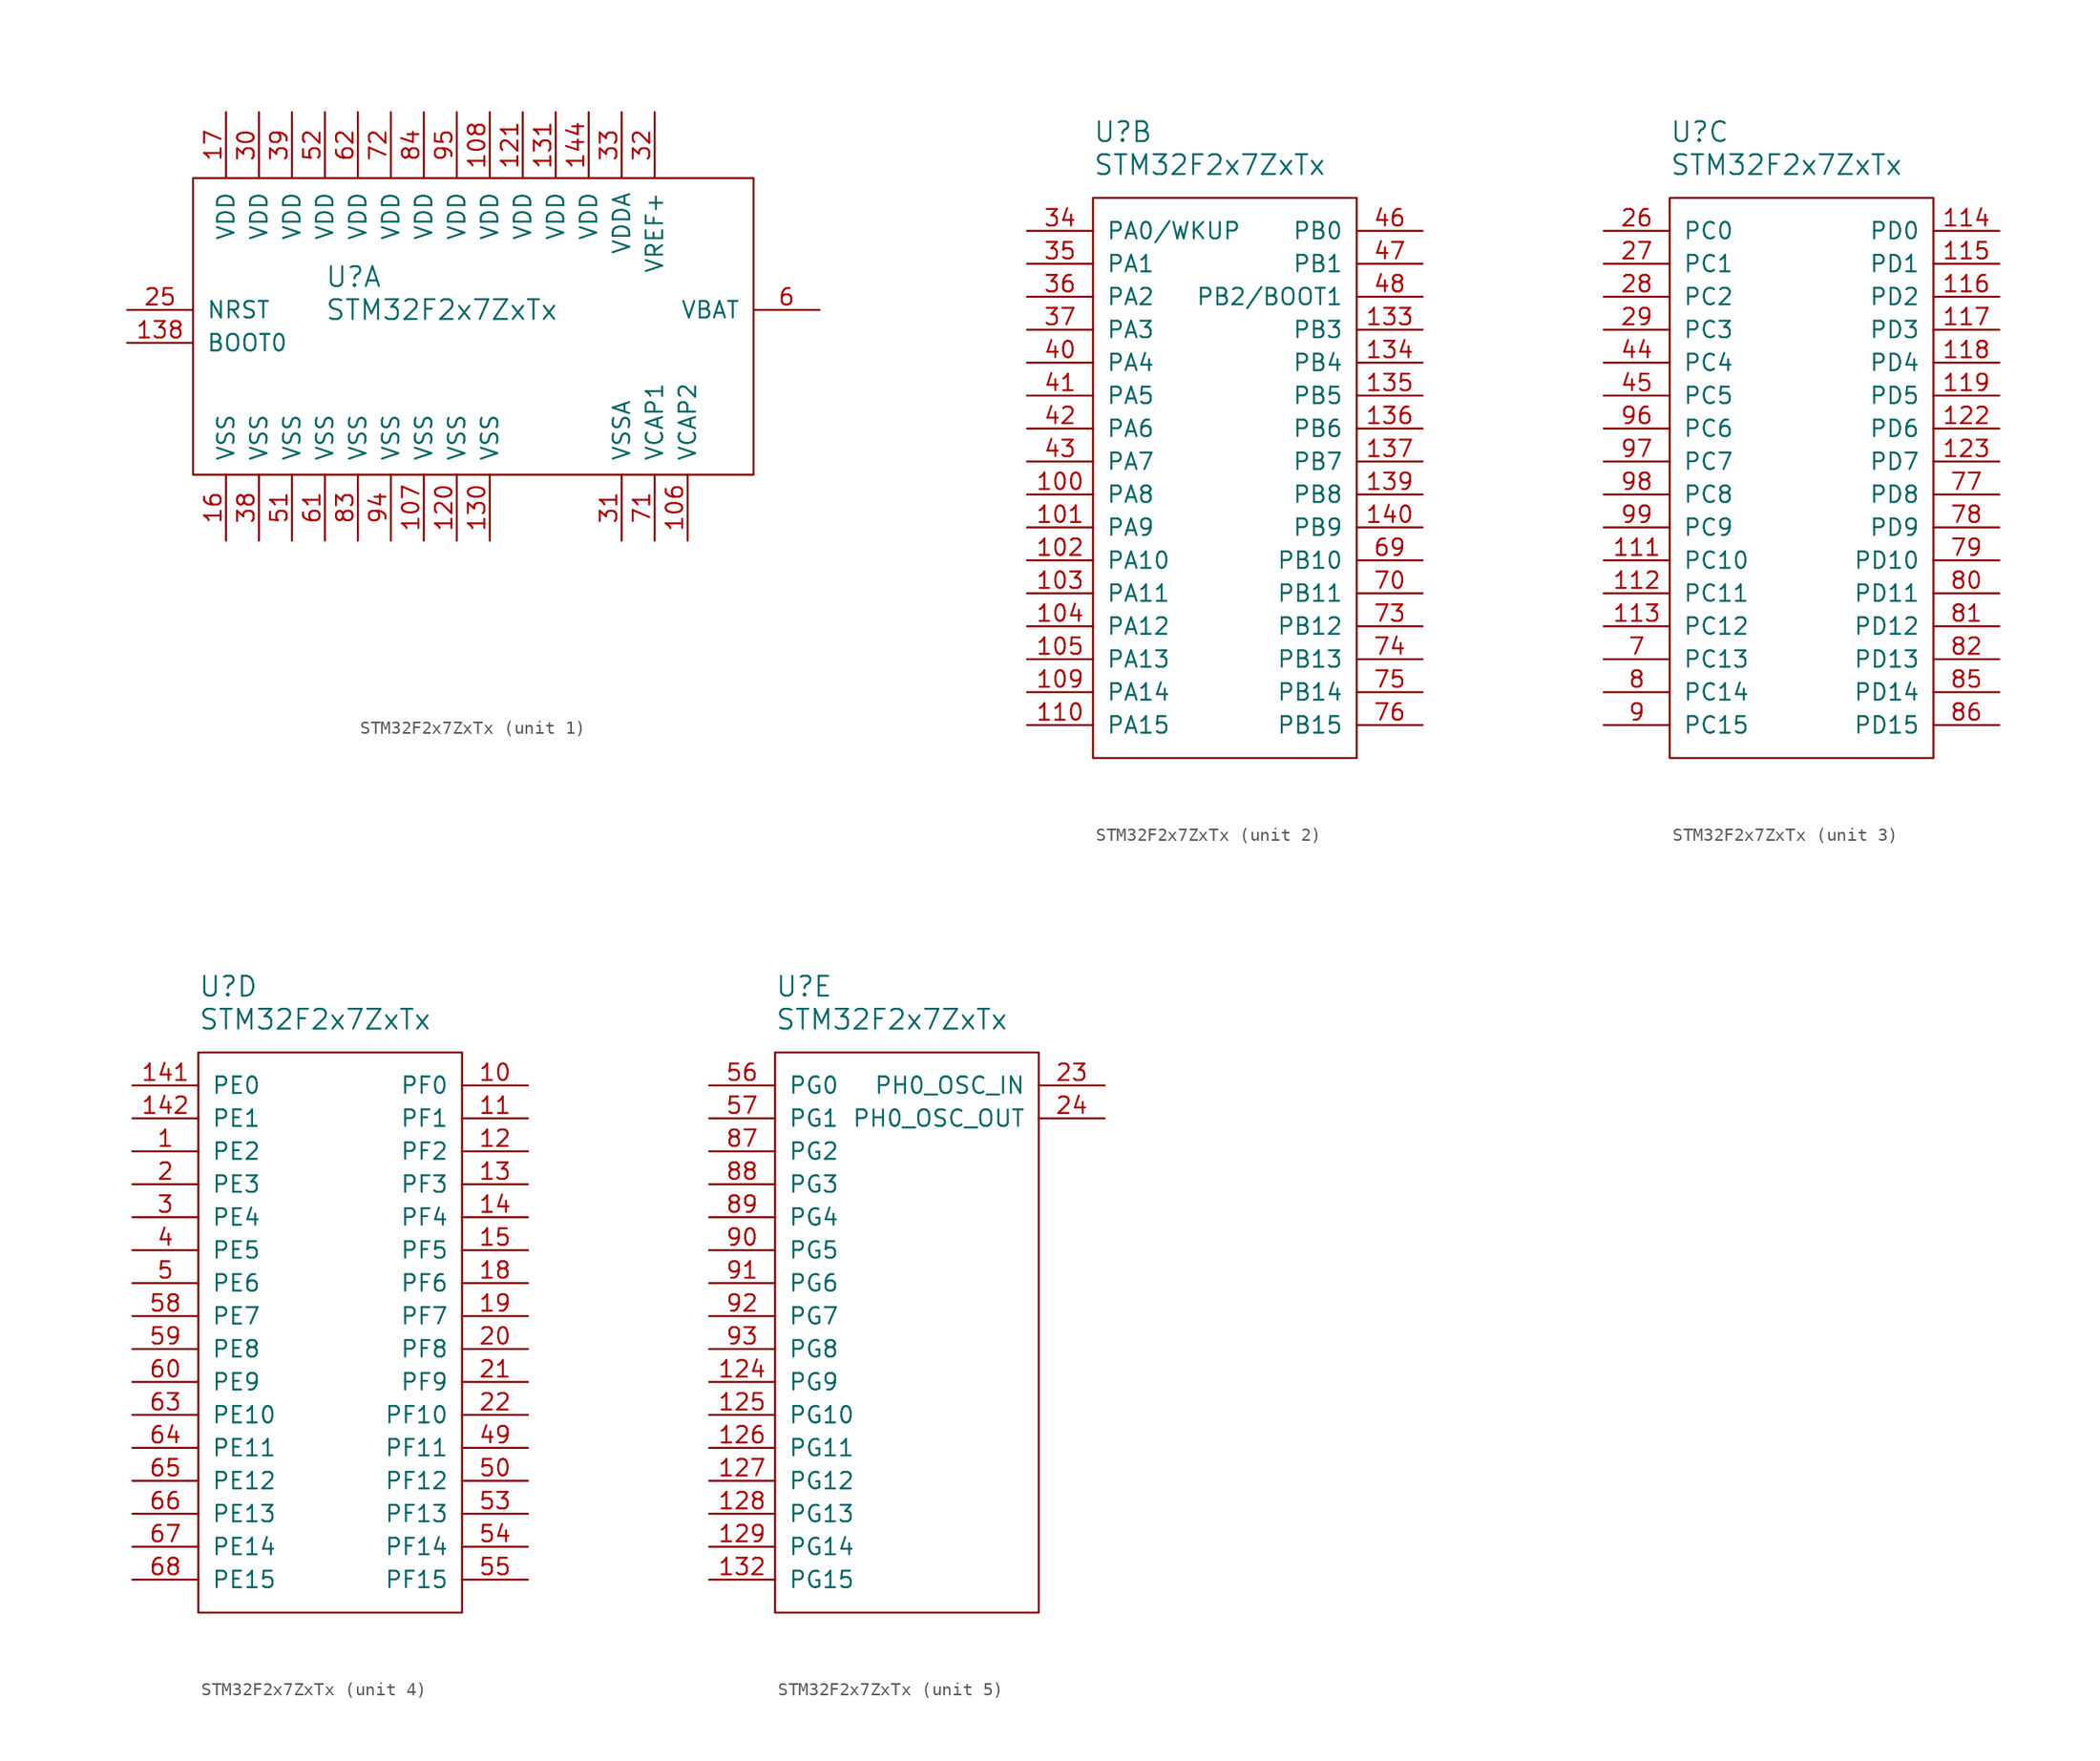
<source format=kicad_sym>
(kicad_symbol_lib
  (version 20211014)
  (generator kicad_symbol_editor)
  (symbol "STM32F2x7ZxTx"
    (pin_names
      (offset 1.016))
    (property "Reference" "U"
      (at 0 0 0)
      (effects (font (size 1.524 1.524)) (justify left)))
    (property "Value" "STM32F2x7ZxTx"
      (at 0 -2.54 0)
      (effects (font (size 1.524 1.524)) (justify left)))
    (property "Footprint" ""
      (at -7.62 -29.21 0)
      (effects (font (size 1.524 1.524))))
    (property "Datasheet" ""
      (at -7.62 -29.21 0)
      (effects (font (size 1.524 1.524))))
    (property "ki_locked" ""
      (at 0 0 0)
      (effects (font (size 1.27 1.27))))
    (symbol "STM32F2x7ZxTx_1_1"
      (rectangle (start -10.16 7.62) (end 33.02 -15.24) (stroke (width 0) (type default) (color 0 0 0 0)) (fill (type none)))
      (pin power_out line (at 27.94 -20.32 90) (length 5.08) (name "VCAP2" (effects (font (size 1.27 1.27)))) (number "106" (effects (font (size 1.27 1.27)))))
      (pin power_in line (at 7.62 -20.32 90) (length 5.08) (name "VSS" (effects (font (size 1.27 1.27)))) (number "107" (effects (font (size 1.27 1.27)))))
      (pin power_in line (at 12.7 12.7 270) (length 5.08) (name "VDD" (effects (font (size 1.27 1.27)))) (number "108" (effects (font (size 1.27 1.27)))))
      (pin power_in line (at 10.16 -20.32 90) (length 5.08) (name "VSS" (effects (font (size 1.27 1.27)))) (number "120" (effects (font (size 1.27 1.27)))))
      (pin power_in line (at 15.24 12.7 270) (length 5.08) (name "VDD" (effects (font (size 1.27 1.27)))) (number "121" (effects (font (size 1.27 1.27)))))
      (pin power_in line (at 12.7 -20.32 90) (length 5.08) (name "VSS" (effects (font (size 1.27 1.27)))) (number "130" (effects (font (size 1.27 1.27)))))
      (pin power_in line (at 17.78 12.7 270) (length 5.08) (name "VDD" (effects (font (size 1.27 1.27)))) (number "131" (effects (font (size 1.27 1.27)))))
      (pin input line (at -15.24 -5.08 0) (length 5.08) (name "BOOT0" (effects (font (size 1.27 1.27)))) (number "138" (effects (font (size 1.27 1.27)))))
      (pin power_in line (at 20.32 12.7 270) (length 5.08) (name "VDD" (effects (font (size 1.27 1.27)))) (number "144" (effects (font (size 1.27 1.27)))))
      (pin power_in line (at -7.62 -20.32 90) (length 5.08) (name "VSS" (effects (font (size 1.27 1.27)))) (number "16" (effects (font (size 1.27 1.27)))))
      (pin power_in line (at -7.62 12.7 270) (length 5.08) (name "VDD" (effects (font (size 1.27 1.27)))) (number "17" (effects (font (size 1.27 1.27)))))
      (pin input line (at -15.24 -2.54 0) (length 5.08) (name "NRST" (effects (font (size 1.27 1.27)))) (number "25" (effects (font (size 1.27 1.27)))))
      (pin power_in line (at -5.08 12.7 270) (length 5.08) (name "VDD" (effects (font (size 1.27 1.27)))) (number "30" (effects (font (size 1.27 1.27)))))
      (pin power_in line (at 22.86 -20.32 90) (length 5.08) (name "VSSA" (effects (font (size 1.27 1.27)))) (number "31" (effects (font (size 1.27 1.27)))))
      (pin power_in line (at 25.4 12.7 270) (length 5.08) (name "VREF+" (effects (font (size 1.27 1.27)))) (number "32" (effects (font (size 1.27 1.27)))))
      (pin power_in line (at 22.86 12.7 270) (length 5.08) (name "VDDA" (effects (font (size 1.27 1.27)))) (number "33" (effects (font (size 1.27 1.27)))))
      (pin power_in line (at -5.08 -20.32 90) (length 5.08) (name "VSS" (effects (font (size 1.27 1.27)))) (number "38" (effects (font (size 1.27 1.27)))))
      (pin power_in line (at -2.54 12.7 270) (length 5.08) (name "VDD" (effects (font (size 1.27 1.27)))) (number "39" (effects (font (size 1.27 1.27)))))
      (pin power_in line (at -2.54 -20.32 90) (length 5.08) (name "VSS" (effects (font (size 1.27 1.27)))) (number "51" (effects (font (size 1.27 1.27)))))
      (pin power_in line (at 0 12.7 270) (length 5.08) (name "VDD" (effects (font (size 1.27 1.27)))) (number "52" (effects (font (size 1.27 1.27)))))
      (pin power_in line (at 38.1 -2.54 180) (length 5.08) (name "VBAT" (effects (font (size 1.27 1.27)))) (number "6" (effects (font (size 1.27 1.27)))))
      (pin power_in line (at 0 -20.32 90) (length 5.08) (name "VSS" (effects (font (size 1.27 1.27)))) (number "61" (effects (font (size 1.27 1.27)))))
      (pin power_in line (at 2.54 12.7 270) (length 5.08) (name "VDD" (effects (font (size 1.27 1.27)))) (number "62" (effects (font (size 1.27 1.27)))))
      (pin power_out line (at 25.4 -20.32 90) (length 5.08) (name "VCAP1" (effects (font (size 1.27 1.27)))) (number "71" (effects (font (size 1.27 1.27)))))
      (pin power_in line (at 5.08 12.7 270) (length 5.08) (name "VDD" (effects (font (size 1.27 1.27)))) (number "72" (effects (font (size 1.27 1.27)))))
      (pin power_in line (at 2.54 -20.32 90) (length 5.08) (name "VSS" (effects (font (size 1.27 1.27)))) (number "83" (effects (font (size 1.27 1.27)))))
      (pin power_in line (at 7.62 12.7 270) (length 5.08) (name "VDD" (effects (font (size 1.27 1.27)))) (number "84" (effects (font (size 1.27 1.27)))))
      (pin power_in line (at 5.08 -20.32 90) (length 5.08) (name "VSS" (effects (font (size 1.27 1.27)))) (number "94" (effects (font (size 1.27 1.27)))))
      (pin power_in line (at 10.16 12.7 270) (length 5.08) (name "VDD" (effects (font (size 1.27 1.27)))) (number "95" (effects (font (size 1.27 1.27))))))
    (symbol "STM32F2x7ZxTx_2_1"
      (rectangle (start 0 -5.08) (end 20.32 -48.26) (stroke (width 0) (type default) (color 0 0 0 0)) (fill (type none)))
      (pin bidirectional line (at -5.08 -27.94 0) (length 5.08) (name "PA8" (effects (font (size 1.27 1.27)))) (number "100" (effects (font (size 1.27 1.27)))))
      (pin bidirectional line (at -5.08 -30.48 0) (length 5.08) (name "PA9" (effects (font (size 1.27 1.27)))) (number "101" (effects (font (size 1.27 1.27)))))
      (pin bidirectional line (at -5.08 -33.02 0) (length 5.08) (name "PA10" (effects (font (size 1.27 1.27)))) (number "102" (effects (font (size 1.27 1.27)))))
      (pin bidirectional line (at -5.08 -35.56 0) (length 5.08) (name "PA11" (effects (font (size 1.27 1.27)))) (number "103" (effects (font (size 1.27 1.27)))))
      (pin bidirectional line (at -5.08 -38.1 0) (length 5.08) (name "PA12" (effects (font (size 1.27 1.27)))) (number "104" (effects (font (size 1.27 1.27)))))
      (pin bidirectional line (at -5.08 -40.64 0) (length 5.08) (name "PA13" (effects (font (size 1.27 1.27)))) (number "105" (effects (font (size 1.27 1.27)))))
      (pin bidirectional line (at -5.08 -43.18 0) (length 5.08) (name "PA14" (effects (font (size 1.27 1.27)))) (number "109" (effects (font (size 1.27 1.27)))))
      (pin bidirectional line (at -5.08 -45.72 0) (length 5.08) (name "PA15" (effects (font (size 1.27 1.27)))) (number "110" (effects (font (size 1.27 1.27)))))
      (pin bidirectional line (at 25.4 -15.24 180) (length 5.08) (name "PB3" (effects (font (size 1.27 1.27)))) (number "133" (effects (font (size 1.27 1.27)))))
      (pin bidirectional line (at 25.4 -17.78 180) (length 5.08) (name "PB4" (effects (font (size 1.27 1.27)))) (number "134" (effects (font (size 1.27 1.27)))))
      (pin bidirectional line (at 25.4 -20.32 180) (length 5.08) (name "PB5" (effects (font (size 1.27 1.27)))) (number "135" (effects (font (size 1.27 1.27)))))
      (pin bidirectional line (at 25.4 -22.86 180) (length 5.08) (name "PB6" (effects (font (size 1.27 1.27)))) (number "136" (effects (font (size 1.27 1.27)))))
      (pin bidirectional line (at 25.4 -25.4 180) (length 5.08) (name "PB7" (effects (font (size 1.27 1.27)))) (number "137" (effects (font (size 1.27 1.27)))))
      (pin bidirectional line (at 25.4 -27.94 180) (length 5.08) (name "PB8" (effects (font (size 1.27 1.27)))) (number "139" (effects (font (size 1.27 1.27)))))
      (pin bidirectional line (at 25.4 -30.48 180) (length 5.08) (name "PB9" (effects (font (size 1.27 1.27)))) (number "140" (effects (font (size 1.27 1.27)))))
      (pin bidirectional line (at -5.08 -7.62 0) (length 5.08) (name "PA0/WKUP" (effects (font (size 1.27 1.27)))) (number "34" (effects (font (size 1.27 1.27)))))
      (pin bidirectional line (at -5.08 -10.16 0) (length 5.08) (name "PA1" (effects (font (size 1.27 1.27)))) (number "35" (effects (font (size 1.27 1.27)))))
      (pin bidirectional line (at -5.08 -12.7 0) (length 5.08) (name "PA2" (effects (font (size 1.27 1.27)))) (number "36" (effects (font (size 1.27 1.27)))))
      (pin bidirectional line (at -5.08 -15.24 0) (length 5.08) (name "PA3" (effects (font (size 1.27 1.27)))) (number "37" (effects (font (size 1.27 1.27)))))
      (pin bidirectional line (at -5.08 -17.78 0) (length 5.08) (name "PA4" (effects (font (size 1.27 1.27)))) (number "40" (effects (font (size 1.27 1.27)))))
      (pin bidirectional line (at -5.08 -20.32 0) (length 5.08) (name "PA5" (effects (font (size 1.27 1.27)))) (number "41" (effects (font (size 1.27 1.27)))))
      (pin bidirectional line (at -5.08 -22.86 0) (length 5.08) (name "PA6" (effects (font (size 1.27 1.27)))) (number "42" (effects (font (size 1.27 1.27)))))
      (pin bidirectional line (at -5.08 -25.4 0) (length 5.08) (name "PA7" (effects (font (size 1.27 1.27)))) (number "43" (effects (font (size 1.27 1.27)))))
      (pin bidirectional line (at 25.4 -7.62 180) (length 5.08) (name "PB0" (effects (font (size 1.27 1.27)))) (number "46" (effects (font (size 1.27 1.27)))))
      (pin bidirectional line (at 25.4 -10.16 180) (length 5.08) (name "PB1" (effects (font (size 1.27 1.27)))) (number "47" (effects (font (size 1.27 1.27)))))
      (pin bidirectional line (at 25.4 -12.7 180) (length 5.08) (name "PB2/BOOT1" (effects (font (size 1.27 1.27)))) (number "48" (effects (font (size 1.27 1.27)))))
      (pin bidirectional line (at 25.4 -33.02 180) (length 5.08) (name "PB10" (effects (font (size 1.27 1.27)))) (number "69" (effects (font (size 1.27 1.27)))))
      (pin bidirectional line (at 25.4 -35.56 180) (length 5.08) (name "PB11" (effects (font (size 1.27 1.27)))) (number "70" (effects (font (size 1.27 1.27)))))
      (pin bidirectional line (at 25.4 -38.1 180) (length 5.08) (name "PB12" (effects (font (size 1.27 1.27)))) (number "73" (effects (font (size 1.27 1.27)))))
      (pin bidirectional line (at 25.4 -40.64 180) (length 5.08) (name "PB13" (effects (font (size 1.27 1.27)))) (number "74" (effects (font (size 1.27 1.27)))))
      (pin bidirectional line (at 25.4 -43.18 180) (length 5.08) (name "PB14" (effects (font (size 1.27 1.27)))) (number "75" (effects (font (size 1.27 1.27)))))
      (pin bidirectional line (at 25.4 -45.72 180) (length 5.08) (name "PB15" (effects (font (size 1.27 1.27)))) (number "76" (effects (font (size 1.27 1.27))))))
    (symbol "STM32F2x7ZxTx_3_1"
      (rectangle (start 0 -5.08) (end 20.32 -48.26) (stroke (width 0) (type default) (color 0 0 0 0)) (fill (type none)))
      (pin bidirectional line (at -5.08 -33.02 0) (length 5.08) (name "PC10" (effects (font (size 1.27 1.27)))) (number "111" (effects (font (size 1.27 1.27)))))
      (pin bidirectional line (at -5.08 -35.56 0) (length 5.08) (name "PC11" (effects (font (size 1.27 1.27)))) (number "112" (effects (font (size 1.27 1.27)))))
      (pin bidirectional line (at -5.08 -38.1 0) (length 5.08) (name "PC12" (effects (font (size 1.27 1.27)))) (number "113" (effects (font (size 1.27 1.27)))))
      (pin bidirectional line (at 25.4 -7.62 180) (length 5.08) (name "PD0" (effects (font (size 1.27 1.27)))) (number "114" (effects (font (size 1.27 1.27)))))
      (pin bidirectional line (at 25.4 -10.16 180) (length 5.08) (name "PD1" (effects (font (size 1.27 1.27)))) (number "115" (effects (font (size 1.27 1.27)))))
      (pin bidirectional line (at 25.4 -12.7 180) (length 5.08) (name "PD2" (effects (font (size 1.27 1.27)))) (number "116" (effects (font (size 1.27 1.27)))))
      (pin bidirectional line (at 25.4 -15.24 180) (length 5.08) (name "PD3" (effects (font (size 1.27 1.27)))) (number "117" (effects (font (size 1.27 1.27)))))
      (pin bidirectional line (at 25.4 -17.78 180) (length 5.08) (name "PD4" (effects (font (size 1.27 1.27)))) (number "118" (effects (font (size 1.27 1.27)))))
      (pin bidirectional line (at 25.4 -20.32 180) (length 5.08) (name "PD5" (effects (font (size 1.27 1.27)))) (number "119" (effects (font (size 1.27 1.27)))))
      (pin bidirectional line (at 25.4 -22.86 180) (length 5.08) (name "PD6" (effects (font (size 1.27 1.27)))) (number "122" (effects (font (size 1.27 1.27)))))
      (pin bidirectional line (at 25.4 -25.4 180) (length 5.08) (name "PD7" (effects (font (size 1.27 1.27)))) (number "123" (effects (font (size 1.27 1.27)))))
      (pin bidirectional line (at -5.08 -7.62 0) (length 5.08) (name "PC0" (effects (font (size 1.27 1.27)))) (number "26" (effects (font (size 1.27 1.27)))))
      (pin bidirectional line (at -5.08 -10.16 0) (length 5.08) (name "PC1" (effects (font (size 1.27 1.27)))) (number "27" (effects (font (size 1.27 1.27)))))
      (pin bidirectional line (at -5.08 -12.7 0) (length 5.08) (name "PC2" (effects (font (size 1.27 1.27)))) (number "28" (effects (font (size 1.27 1.27)))))
      (pin bidirectional line (at -5.08 -15.24 0) (length 5.08) (name "PC3" (effects (font (size 1.27 1.27)))) (number "29" (effects (font (size 1.27 1.27)))))
      (pin bidirectional line (at -5.08 -17.78 0) (length 5.08) (name "PC4" (effects (font (size 1.27 1.27)))) (number "44" (effects (font (size 1.27 1.27)))))
      (pin bidirectional line (at -5.08 -20.32 0) (length 5.08) (name "PC5" (effects (font (size 1.27 1.27)))) (number "45" (effects (font (size 1.27 1.27)))))
      (pin bidirectional line (at -5.08 -40.64 0) (length 5.08) (name "PC13" (effects (font (size 1.27 1.27)))) (number "7" (effects (font (size 1.27 1.27)))))
      (pin bidirectional line (at 25.4 -27.94 180) (length 5.08) (name "PD8" (effects (font (size 1.27 1.27)))) (number "77" (effects (font (size 1.27 1.27)))))
      (pin bidirectional line (at 25.4 -30.48 180) (length 5.08) (name "PD9" (effects (font (size 1.27 1.27)))) (number "78" (effects (font (size 1.27 1.27)))))
      (pin bidirectional line (at 25.4 -33.02 180) (length 5.08) (name "PD10" (effects (font (size 1.27 1.27)))) (number "79" (effects (font (size 1.27 1.27)))))
      (pin bidirectional line (at -5.08 -43.18 0) (length 5.08) (name "PC14" (effects (font (size 1.27 1.27)))) (number "8" (effects (font (size 1.27 1.27)))))
      (pin bidirectional line (at 25.4 -35.56 180) (length 5.08) (name "PD11" (effects (font (size 1.27 1.27)))) (number "80" (effects (font (size 1.27 1.27)))))
      (pin bidirectional line (at 25.4 -38.1 180) (length 5.08) (name "PD12" (effects (font (size 1.27 1.27)))) (number "81" (effects (font (size 1.27 1.27)))))
      (pin bidirectional line (at 25.4 -40.64 180) (length 5.08) (name "PD13" (effects (font (size 1.27 1.27)))) (number "82" (effects (font (size 1.27 1.27)))))
      (pin bidirectional line (at 25.4 -43.18 180) (length 5.08) (name "PD14" (effects (font (size 1.27 1.27)))) (number "85" (effects (font (size 1.27 1.27)))))
      (pin bidirectional line (at 25.4 -45.72 180) (length 5.08) (name "PD15" (effects (font (size 1.27 1.27)))) (number "86" (effects (font (size 1.27 1.27)))))
      (pin bidirectional line (at -5.08 -45.72 0) (length 5.08) (name "PC15" (effects (font (size 1.27 1.27)))) (number "9" (effects (font (size 1.27 1.27)))))
      (pin bidirectional line (at -5.08 -22.86 0) (length 5.08) (name "PC6" (effects (font (size 1.27 1.27)))) (number "96" (effects (font (size 1.27 1.27)))))
      (pin bidirectional line (at -5.08 -25.4 0) (length 5.08) (name "PC7" (effects (font (size 1.27 1.27)))) (number "97" (effects (font (size 1.27 1.27)))))
      (pin bidirectional line (at -5.08 -27.94 0) (length 5.08) (name "PC8" (effects (font (size 1.27 1.27)))) (number "98" (effects (font (size 1.27 1.27)))))
      (pin bidirectional line (at -5.08 -30.48 0) (length 5.08) (name "PC9" (effects (font (size 1.27 1.27)))) (number "99" (effects (font (size 1.27 1.27))))))
    (symbol "STM32F2x7ZxTx_4_1"
      (rectangle (start 0 -5.08) (end 20.32 -48.26) (stroke (width 0) (type default) (color 0 0 0 0)) (fill (type none)))
      (pin bidirectional line (at -5.08 -12.7 0) (length 5.08) (name "PE2" (effects (font (size 1.27 1.27)))) (number "1" (effects (font (size 1.27 1.27)))))
      (pin bidirectional line (at 25.4 -7.62 180) (length 5.08) (name "PF0" (effects (font (size 1.27 1.27)))) (number "10" (effects (font (size 1.27 1.27)))))
      (pin bidirectional line (at 25.4 -10.16 180) (length 5.08) (name "PF1" (effects (font (size 1.27 1.27)))) (number "11" (effects (font (size 1.27 1.27)))))
      (pin bidirectional line (at 25.4 -12.7 180) (length 5.08) (name "PF2" (effects (font (size 1.27 1.27)))) (number "12" (effects (font (size 1.27 1.27)))))
      (pin bidirectional line (at 25.4 -15.24 180) (length 5.08) (name "PF3" (effects (font (size 1.27 1.27)))) (number "13" (effects (font (size 1.27 1.27)))))
      (pin bidirectional line (at 25.4 -17.78 180) (length 5.08) (name "PF4" (effects (font (size 1.27 1.27)))) (number "14" (effects (font (size 1.27 1.27)))))
      (pin bidirectional line (at -5.08 -7.62 0) (length 5.08) (name "PE0" (effects (font (size 1.27 1.27)))) (number "141" (effects (font (size 1.27 1.27)))))
      (pin bidirectional line (at -5.08 -10.16 0) (length 5.08) (name "PE1" (effects (font (size 1.27 1.27)))) (number "142" (effects (font (size 1.27 1.27)))))
      (pin bidirectional line (at 25.4 -20.32 180) (length 5.08) (name "PF5" (effects (font (size 1.27 1.27)))) (number "15" (effects (font (size 1.27 1.27)))))
      (pin bidirectional line (at 25.4 -22.86 180) (length 5.08) (name "PF6" (effects (font (size 1.27 1.27)))) (number "18" (effects (font (size 1.27 1.27)))))
      (pin bidirectional line (at 25.4 -25.4 180) (length 5.08) (name "PF7" (effects (font (size 1.27 1.27)))) (number "19" (effects (font (size 1.27 1.27)))))
      (pin bidirectional line (at -5.08 -15.24 0) (length 5.08) (name "PE3" (effects (font (size 1.27 1.27)))) (number "2" (effects (font (size 1.27 1.27)))))
      (pin bidirectional line (at 25.4 -27.94 180) (length 5.08) (name "PF8" (effects (font (size 1.27 1.27)))) (number "20" (effects (font (size 1.27 1.27)))))
      (pin bidirectional line (at 25.4 -30.48 180) (length 5.08) (name "PF9" (effects (font (size 1.27 1.27)))) (number "21" (effects (font (size 1.27 1.27)))))
      (pin bidirectional line (at 25.4 -33.02 180) (length 5.08) (name "PF10" (effects (font (size 1.27 1.27)))) (number "22" (effects (font (size 1.27 1.27)))))
      (pin bidirectional line (at -5.08 -17.78 0) (length 5.08) (name "PE4" (effects (font (size 1.27 1.27)))) (number "3" (effects (font (size 1.27 1.27)))))
      (pin bidirectional line (at -5.08 -20.32 0) (length 5.08) (name "PE5" (effects (font (size 1.27 1.27)))) (number "4" (effects (font (size 1.27 1.27)))))
      (pin bidirectional line (at 25.4 -35.56 180) (length 5.08) (name "PF11" (effects (font (size 1.27 1.27)))) (number "49" (effects (font (size 1.27 1.27)))))
      (pin bidirectional line (at -5.08 -22.86 0) (length 5.08) (name "PE6" (effects (font (size 1.27 1.27)))) (number "5" (effects (font (size 1.27 1.27)))))
      (pin bidirectional line (at 25.4 -38.1 180) (length 5.08) (name "PF12" (effects (font (size 1.27 1.27)))) (number "50" (effects (font (size 1.27 1.27)))))
      (pin bidirectional line (at 25.4 -40.64 180) (length 5.08) (name "PF13" (effects (font (size 1.27 1.27)))) (number "53" (effects (font (size 1.27 1.27)))))
      (pin bidirectional line (at 25.4 -43.18 180) (length 5.08) (name "PF14" (effects (font (size 1.27 1.27)))) (number "54" (effects (font (size 1.27 1.27)))))
      (pin bidirectional line (at 25.4 -45.72 180) (length 5.08) (name "PF15" (effects (font (size 1.27 1.27)))) (number "55" (effects (font (size 1.27 1.27)))))
      (pin bidirectional line (at -5.08 -25.4 0) (length 5.08) (name "PE7" (effects (font (size 1.27 1.27)))) (number "58" (effects (font (size 1.27 1.27)))))
      (pin bidirectional line (at -5.08 -27.94 0) (length 5.08) (name "PE8" (effects (font (size 1.27 1.27)))) (number "59" (effects (font (size 1.27 1.27)))))
      (pin bidirectional line (at -5.08 -30.48 0) (length 5.08) (name "PE9" (effects (font (size 1.27 1.27)))) (number "60" (effects (font (size 1.27 1.27)))))
      (pin bidirectional line (at -5.08 -33.02 0) (length 5.08) (name "PE10" (effects (font (size 1.27 1.27)))) (number "63" (effects (font (size 1.27 1.27)))))
      (pin bidirectional line (at -5.08 -35.56 0) (length 5.08) (name "PE11" (effects (font (size 1.27 1.27)))) (number "64" (effects (font (size 1.27 1.27)))))
      (pin bidirectional line (at -5.08 -38.1 0) (length 5.08) (name "PE12" (effects (font (size 1.27 1.27)))) (number "65" (effects (font (size 1.27 1.27)))))
      (pin bidirectional line (at -5.08 -40.64 0) (length 5.08) (name "PE13" (effects (font (size 1.27 1.27)))) (number "66" (effects (font (size 1.27 1.27)))))
      (pin bidirectional line (at -5.08 -43.18 0) (length 5.08) (name "PE14" (effects (font (size 1.27 1.27)))) (number "67" (effects (font (size 1.27 1.27)))))
      (pin bidirectional line (at -5.08 -45.72 0) (length 5.08) (name "PE15" (effects (font (size 1.27 1.27)))) (number "68" (effects (font (size 1.27 1.27))))))
    (symbol "STM32F2x7ZxTx_5_1"
      (rectangle (start 0 -5.08) (end 20.32 -48.26) (stroke (width 0) (type default) (color 0 0 0 0)) (fill (type none)))
      (pin bidirectional line (at -5.08 -30.48 0) (length 5.08) (name "PG9" (effects (font (size 1.27 1.27)))) (number "124" (effects (font (size 1.27 1.27)))))
      (pin bidirectional line (at -5.08 -33.02 0) (length 5.08) (name "PG10" (effects (font (size 1.27 1.27)))) (number "125" (effects (font (size 1.27 1.27)))))
      (pin bidirectional line (at -5.08 -35.56 0) (length 5.08) (name "PG11" (effects (font (size 1.27 1.27)))) (number "126" (effects (font (size 1.27 1.27)))))
      (pin bidirectional line (at -5.08 -38.1 0) (length 5.08) (name "PG12" (effects (font (size 1.27 1.27)))) (number "127" (effects (font (size 1.27 1.27)))))
      (pin bidirectional line (at -5.08 -40.64 0) (length 5.08) (name "PG13" (effects (font (size 1.27 1.27)))) (number "128" (effects (font (size 1.27 1.27)))))
      (pin bidirectional line (at -5.08 -43.18 0) (length 5.08) (name "PG14" (effects (font (size 1.27 1.27)))) (number "129" (effects (font (size 1.27 1.27)))))
      (pin bidirectional line (at -5.08 -45.72 0) (length 5.08) (name "PG15" (effects (font (size 1.27 1.27)))) (number "132" (effects (font (size 1.27 1.27)))))
      (pin bidirectional line (at 25.4 -7.62 180) (length 5.08) (name "PH0_OSC_IN" (effects (font (size 1.27 1.27)))) (number "23" (effects (font (size 1.27 1.27)))))
      (pin bidirectional line (at 25.4 -10.16 180) (length 5.08) (name "PH0_OSC_OUT" (effects (font (size 1.27 1.27)))) (number "24" (effects (font (size 1.27 1.27)))))
      (pin bidirectional line (at -5.08 -7.62 0) (length 5.08) (name "PG0" (effects (font (size 1.27 1.27)))) (number "56" (effects (font (size 1.27 1.27)))))
      (pin bidirectional line (at -5.08 -10.16 0) (length 5.08) (name "PG1" (effects (font (size 1.27 1.27)))) (number "57" (effects (font (size 1.27 1.27)))))
      (pin bidirectional line (at -5.08 -12.7 0) (length 5.08) (name "PG2" (effects (font (size 1.27 1.27)))) (number "87" (effects (font (size 1.27 1.27)))))
      (pin bidirectional line (at -5.08 -15.24 0) (length 5.08) (name "PG3" (effects (font (size 1.27 1.27)))) (number "88" (effects (font (size 1.27 1.27)))))
      (pin bidirectional line (at -5.08 -17.78 0) (length 5.08) (name "PG4" (effects (font (size 1.27 1.27)))) (number "89" (effects (font (size 1.27 1.27)))))
      (pin bidirectional line (at -5.08 -20.32 0) (length 5.08) (name "PG5" (effects (font (size 1.27 1.27)))) (number "90" (effects (font (size 1.27 1.27)))))
      (pin bidirectional line (at -5.08 -22.86 0) (length 5.08) (name "PG6" (effects (font (size 1.27 1.27)))) (number "91" (effects (font (size 1.27 1.27)))))
      (pin bidirectional line (at -5.08 -25.4 0) (length 5.08) (name "PG7" (effects (font (size 1.27 1.27)))) (number "92" (effects (font (size 1.27 1.27)))))
      (pin bidirectional line (at -5.08 -27.94 0) (length 5.08) (name "PG8" (effects (font (size 1.27 1.27)))) (number "93" (effects (font (size 1.27 1.27))))))))
</source>
